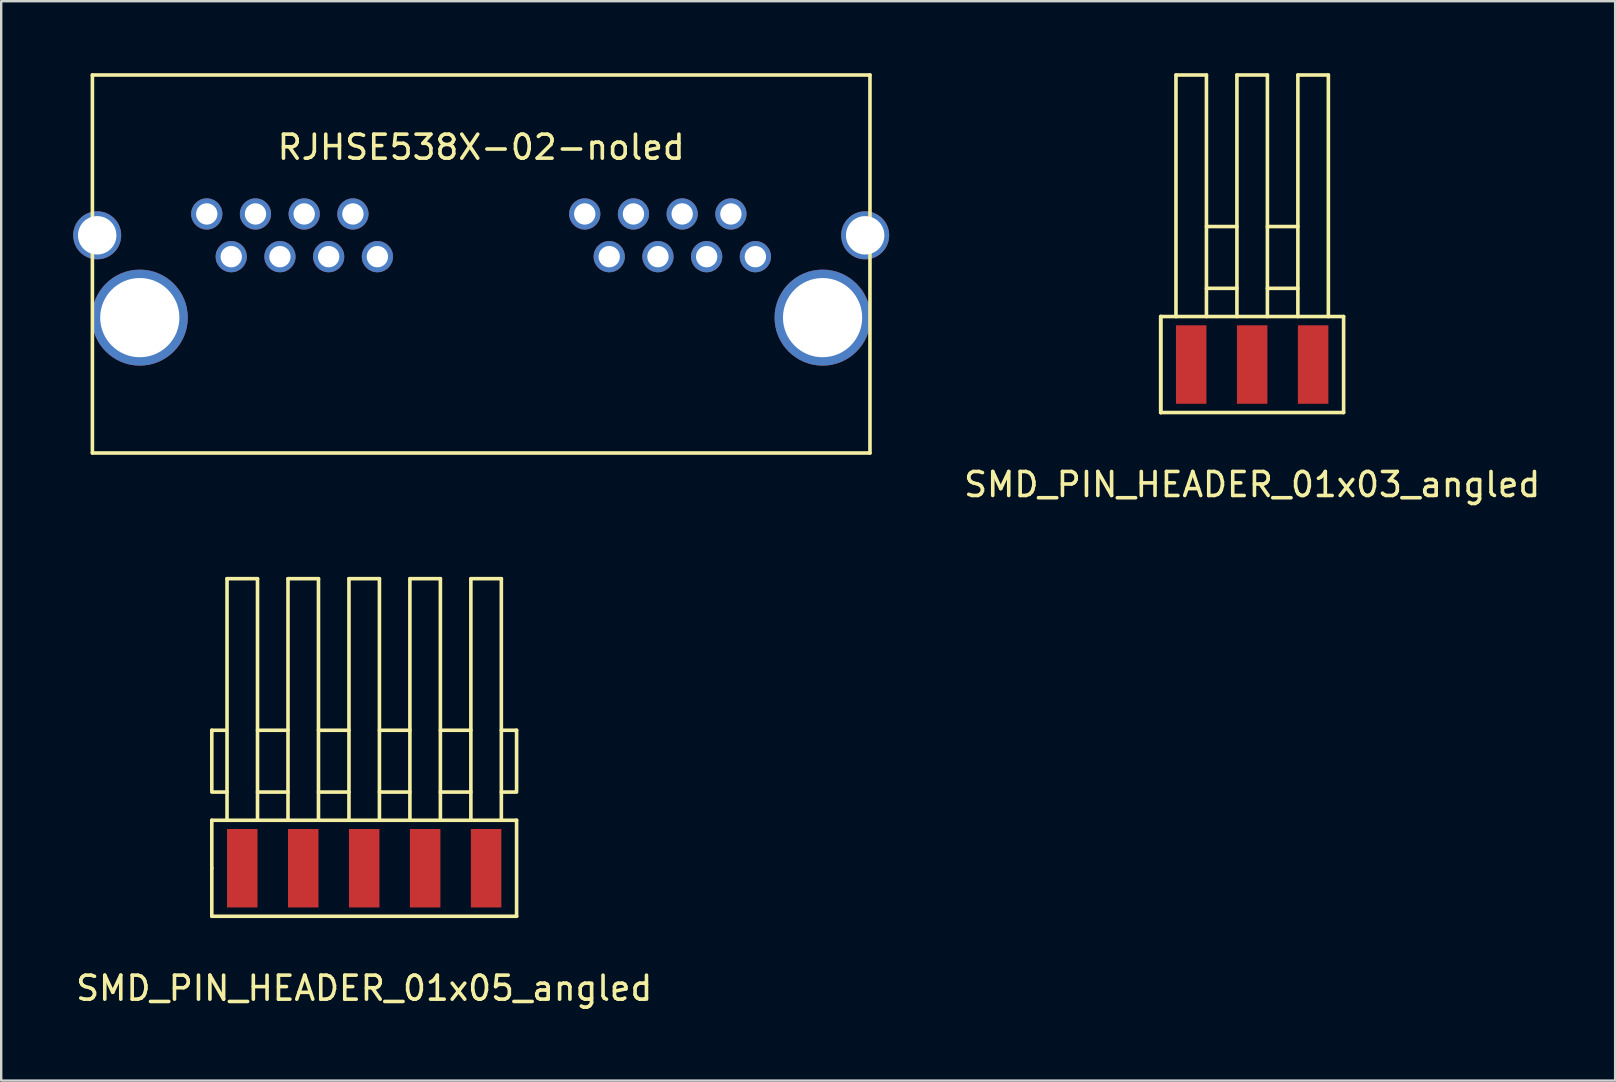
<source format=kicad_pcb>
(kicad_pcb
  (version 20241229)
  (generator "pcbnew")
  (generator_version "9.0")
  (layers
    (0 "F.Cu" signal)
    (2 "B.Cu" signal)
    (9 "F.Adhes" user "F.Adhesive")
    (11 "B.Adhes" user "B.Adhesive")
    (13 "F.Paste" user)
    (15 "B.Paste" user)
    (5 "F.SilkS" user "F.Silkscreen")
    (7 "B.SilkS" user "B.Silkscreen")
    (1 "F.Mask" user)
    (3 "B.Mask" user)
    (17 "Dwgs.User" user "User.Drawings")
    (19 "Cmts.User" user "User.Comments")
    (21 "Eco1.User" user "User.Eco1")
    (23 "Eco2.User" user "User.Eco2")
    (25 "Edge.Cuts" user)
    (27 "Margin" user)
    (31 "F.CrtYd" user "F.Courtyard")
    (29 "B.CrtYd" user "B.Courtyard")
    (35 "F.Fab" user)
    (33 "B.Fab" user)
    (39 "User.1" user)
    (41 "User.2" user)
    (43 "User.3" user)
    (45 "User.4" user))
  (footprint "SMD_PIN_HEADER_01x05_angled"
    (layer "F.Cu")
    (at 12.125 33.128)
    (property "Reference" "SMD_PIN_HEADER_01x05_angled" (at 0 5 0) (layer "F.SilkS") (effects (font (size 1 1) (thickness 0.15))))
    (attr through_hole)
    (fp_line (start -6.35 -3.25) (end -6.35 -5.75) (stroke (width 0.15) (type solid)) (layer "F.SilkS"))
    (fp_line (start -6.35 -3.175) (end -5.715 -3.175) (stroke (width 0.15) (type solid)) (layer "F.SilkS"))
    (fp_line (start -6.35 -2) (end 6.35 -2) (stroke (width 0.15) (type solid)) (layer "F.SilkS"))
    (fp_line (start -6.35 0) (end -6.35 -2) (stroke (width 0.15) (type solid)) (layer "F.SilkS"))
    (fp_line (start -6.35 2) (end -6.35 0) (stroke (width 0.15) (type solid)) (layer "F.SilkS"))
    (fp_line (start -5.75 -5.75) (end -6.35 -5.75) (stroke (width 0.15) (type solid)) (layer "F.SilkS"))
    (fp_line (start -5.715 -12.065) (end -5.715 -2) (stroke (width 0.15) (type solid)) (layer "F.SilkS"))
    (fp_line (start -5.715 -12.065) (end -4.445 -12.065) (stroke (width 0.15) (type solid)) (layer "F.SilkS"))
    (fp_line (start -4.445 -12.065) (end -4.445 -2) (stroke (width 0.15) (type solid)) (layer "F.SilkS"))
    (fp_line (start -4.445 -3.175) (end -3.175 -3.175) (stroke (width 0.15) (type solid)) (layer "F.SilkS"))
    (fp_line (start -3.175 -12.065) (end -1.905 -12.065) (stroke (width 0.15) (type solid)) (layer "F.SilkS"))
    (fp_line (start -3.175 -5.75) (end -4.445 -5.75) (stroke (width 0.15) (type solid)) (layer "F.SilkS"))
    (fp_line (start -3.175 -2) (end -3.175 -12.065) (stroke (width 0.15) (type solid)) (layer "F.SilkS"))
    (fp_line (start -1.905 -12.065) (end -1.905 -2) (stroke (width 0.15) (type solid)) (layer "F.SilkS"))
    (fp_line (start -1.905 -3.175) (end -0.635 -3.175) (stroke (width 0.15) (type solid)) (layer "F.SilkS"))
    (fp_line (start -0.635 -12.065) (end 0.635 -12.065) (stroke (width 0.15) (type solid)) (layer "F.SilkS"))
    (fp_line (start -0.635 -5.75) (end -1.905 -5.75) (stroke (width 0.15) (type solid)) (layer "F.SilkS"))
    (fp_line (start -0.635 -2) (end -0.635 -12.065) (stroke (width 0.15) (type solid)) (layer "F.SilkS"))
    (fp_line (start 0.635 -12.065) (end 0.635 -2) (stroke (width 0.15) (type solid)) (layer "F.SilkS"))
    (fp_line (start 0.635 -5.75) (end 1.905 -5.75) (stroke (width 0.15) (type solid)) (layer "F.SilkS"))
    (fp_line (start 1.905 -12.065) (end 3.175 -12.065) (stroke (width 0.15) (type solid)) (layer "F.SilkS"))
    (fp_line (start 1.905 -3.175) (end 0.635 -3.175) (stroke (width 0.15) (type solid)) (layer "F.SilkS"))
    (fp_line (start 1.905 -2) (end 1.905 -12.065) (stroke (width 0.15) (type solid)) (layer "F.SilkS"))
    (fp_line (start 3.175 -12.065) (end 3.175 -2) (stroke (width 0.15) (type solid)) (layer "F.SilkS"))
    (fp_line (start 3.175 -5.75) (end 4.445 -5.75) (stroke (width 0.15) (type solid)) (layer "F.SilkS"))
    (fp_line (start 3.175 -3.175) (end 4.445 -3.175) (stroke (width 0.15) (type solid)) (layer "F.SilkS"))
    (fp_line (start 4.445 -12.065) (end 5.715 -12.065) (stroke (width 0.15) (type solid)) (layer "F.SilkS"))
    (fp_line (start 4.445 -2) (end 4.445 -12.065) (stroke (width 0.15) (type solid)) (layer "F.SilkS"))
    (fp_line (start 5.715 -12.065) (end 5.715 -2) (stroke (width 0.15) (type solid)) (layer "F.SilkS"))
    (fp_line (start 5.715 -5.75) (end 6.35 -5.75) (stroke (width 0.15) (type solid)) (layer "F.SilkS"))
    (fp_line (start 5.715 -3.175) (end 6.35 -3.175) (stroke (width 0.15) (type solid)) (layer "F.SilkS"))
    (fp_line (start 6.35 -5.75) (end 6.35 -3.25) (stroke (width 0.15) (type solid)) (layer "F.SilkS"))
    (fp_line (start 6.35 -2) (end 6.35 2) (stroke (width 0.15) (type solid)) (layer "F.SilkS"))
    (fp_line (start 6.35 2) (end -6.35 2) (stroke (width 0.15) (type solid)) (layer "F.SilkS"))
    (pad "1" smd rect (at -5.08 0) (size 1.27 3.27) (layers "F.Cu" "F.Mask" "F.Paste"))
    (pad "2" smd rect (at -2.54 0) (size 1.27 3.27) (layers "F.Cu" "F.Mask" "F.Paste"))
    (pad "3" smd rect (at 0 0) (size 1.27 3.27) (layers "F.Cu" "F.Mask" "F.Paste"))
    (pad "4" smd rect (at 2.54 0) (size 1.27 3.27) (layers "F.Cu" "F.Mask" "F.Paste"))
    (pad "5" smd rect (at 5.08 0) (size 1.27 3.27) (layers "F.Cu" "F.Mask" "F.Paste")))
  (footprint "SMD_PIN_HEADER_01x03_angled"
    (layer "F.Cu")
    (at 49.125 12.14)
    (property "Reference" "SMD_PIN_HEADER_01x03_angled" (at 0 5 0) (layer "F.SilkS") (effects (font (size 1 1) (thickness 0.15))))
    (attr through_hole)
    (fp_line (start -3.81 -2) (end -3.81 2) (stroke (width 0.15) (type solid)) (layer "F.SilkS"))
    (fp_line (start -3.81 -2) (end -3.81 2) (stroke (width 0.15) (type solid)) (layer "F.SilkS"))
    (fp_line (start -3.81 -2) (end 3.81 -2) (stroke (width 0.15) (type solid)) (layer "F.SilkS"))
    (fp_line (start -3.175 -12.065) (end -1.905 -12.065) (stroke (width 0.15) (type solid)) (layer "F.SilkS"))
    (fp_line (start -3.175 -2) (end -3.175 -12.065) (stroke (width 0.15) (type solid)) (layer "F.SilkS"))
    (fp_line (start -1.905 -12.065) (end -1.905 -2) (stroke (width 0.15) (type solid)) (layer "F.SilkS"))
    (fp_line (start -1.905 -3.175) (end -0.635 -3.175) (stroke (width 0.15) (type solid)) (layer "F.SilkS"))
    (fp_line (start -0.635 -12.065) (end 0.635 -12.065) (stroke (width 0.15) (type solid)) (layer "F.SilkS"))
    (fp_line (start -0.635 -5.75) (end -1.905 -5.75) (stroke (width 0.15) (type solid)) (layer "F.SilkS"))
    (fp_line (start -0.635 -2) (end -0.635 -12.065) (stroke (width 0.15) (type solid)) (layer "F.SilkS"))
    (fp_line (start 0.635 -12.065) (end 0.635 -2) (stroke (width 0.15) (type solid)) (layer "F.SilkS"))
    (fp_line (start 0.635 -5.75) (end 1.905 -5.75) (stroke (width 0.15) (type solid)) (layer "F.SilkS"))
    (fp_line (start 1.905 -12.065) (end 3.175 -12.065) (stroke (width 0.15) (type solid)) (layer "F.SilkS"))
    (fp_line (start 1.905 -3.175) (end 0.635 -3.175) (stroke (width 0.15) (type solid)) (layer "F.SilkS"))
    (fp_line (start 1.905 -2) (end 1.905 -12.065) (stroke (width 0.15) (type solid)) (layer "F.SilkS"))
    (fp_line (start 3.175 -12.065) (end 3.175 -2) (stroke (width 0.15) (type solid)) (layer "F.SilkS"))
    (fp_line (start 3.81 -2) (end 3.81 2) (stroke (width 0.15) (type solid)) (layer "F.SilkS"))
    (fp_line (start 3.81 2) (end -3.81 2) (stroke (width 0.15) (type solid)) (layer "F.SilkS"))
    (pad "1" smd rect (at -2.54 0) (size 1.27 3.27) (layers "F.Cu" "F.Mask" "F.Paste"))
    (pad "2" smd rect (at 0 0) (size 1.27 3.27) (layers "F.Cu" "F.Mask" "F.Paste"))
    (pad "3" smd rect (at 2.54 0) (size 1.27 3.27) (layers "F.Cu" "F.Mask" "F.Paste")))
  (footprint "RJHSE538X-02-noled"
    (layer "F.Cu")
    (at 17 10.185)
    (property "Reference" "RJHSE538X-02-noled" (at 0 -7.1 0) (layer "F.SilkS") (effects (font (size 1 1) (thickness 0.15))))
    (attr through_hole)
    (fp_line (start -16.2 -10.11) (end 16.2 -10.11) (stroke (width 0.15) (type solid)) (layer "F.SilkS"))
    (fp_line (start -16.2 5.64) (end -16.2 -10.11) (stroke (width 0.15) (type solid)) (layer "F.SilkS"))
    (fp_line (start -16.2 5.64) (end 16.2 5.64) (stroke (width 0.15) (type solid)) (layer "F.SilkS"))
    (fp_line (start 16.2 5.64) (end 16.2 -10.11) (stroke (width 0.15) (type solid)) (layer "F.SilkS"))
    (pad "" np_thru_hole circle (at -14.225 0) (size 4 4) (drill 3.3) (layers "*.Cu" "*.Mask"))
    (pad "" np_thru_hole circle (at 14.225 0) (size 4 4) (drill 3.3) (layers "*.Cu" "*.Mask"))
    (pad "1" thru_hole circle (at 11.425 -2.54) (size 1.3 1.3) (drill 0.889) (layers "*.Cu" "*.Mask"))
    (pad "2" thru_hole circle (at 10.405 -4.32) (size 1.3 1.3) (drill 0.889) (layers "*.Cu" "*.Mask"))
    (pad "3" thru_hole circle (at 9.395 -2.54) (size 1.3 1.3) (drill 0.889) (layers "*.Cu" "*.Mask"))
    (pad "4" thru_hole circle (at 8.375 -4.32) (size 1.3 1.3) (drill 0.889) (layers "*.Cu" "*.Mask"))
    (pad "5" thru_hole circle (at 7.365 -2.54) (size 1.3 1.3) (drill 0.889) (layers "*.Cu" "*.Mask"))
    (pad "6" thru_hole circle (at 6.345 -4.32) (size 1.3 1.3) (drill 0.889) (layers "*.Cu" "*.Mask"))
    (pad "7" thru_hole circle (at 5.335 -2.54) (size 1.3 1.3) (drill 0.889) (layers "*.Cu" "*.Mask"))
    (pad "8" thru_hole circle (at 4.315 -4.32) (size 1.3 1.3) (drill 0.889) (layers "*.Cu" "*.Mask"))
    (pad "9" thru_hole circle (at -4.325 -2.54) (size 1.3 1.3) (drill 0.889) (layers "*.Cu" "*.Mask"))
    (pad "10" thru_hole circle (at -5.345 -4.32) (size 1.3 1.3) (drill 0.889) (layers "*.Cu" "*.Mask"))
    (pad "11" thru_hole circle (at -6.355 -2.54) (size 1.3 1.3) (drill 0.889) (layers "*.Cu" "*.Mask"))
    (pad "12" thru_hole circle (at -7.375 -4.32) (size 1.3 1.3) (drill 0.889) (layers "*.Cu" "*.Mask"))
    (pad "13" thru_hole circle (at -8.385 -2.54) (size 1.3 1.3) (drill 0.889) (layers "*.Cu" "*.Mask"))
    (pad "14" thru_hole circle (at -9.405 -4.32) (size 1.3 1.3) (drill 0.889) (layers "*.Cu" "*.Mask"))
    (pad "15" thru_hole circle (at -10.415 -2.54) (size 1.3 1.3) (drill 0.889) (layers "*.Cu" "*.Mask"))
    (pad "16" thru_hole circle (at -11.435 -4.32) (size 1.3 1.3) (drill 0.889) (layers "*.Cu" "*.Mask"))
    (pad "17" thru_hole circle (at -16 -3.43) (size 2 2) (drill 1.6) (layers "*.Cu" "*.Mask"))
    (pad "17" thru_hole circle (at 16 -3.43) (size 2 2) (drill 1.6) (layers "*.Cu" "*.Mask")))
  (gr_rect
    (start -3 -3)
    (end 64.25 41.977)
    (stroke (width 0.1) (type default))
    (fill no)
    (layer "Edge.Cuts")))
</source>
